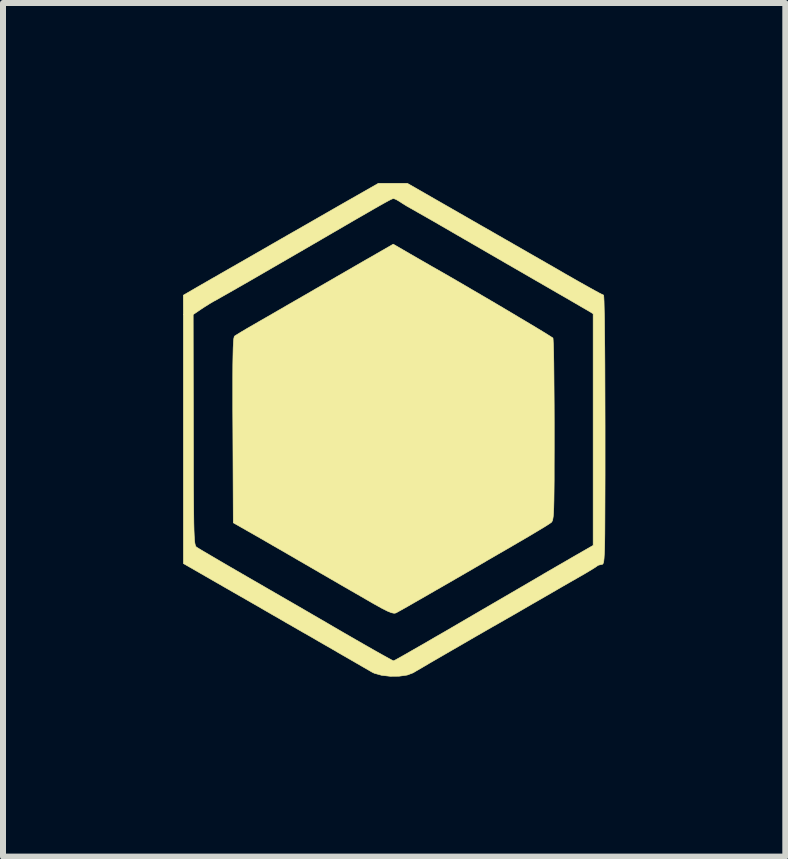
<source format=kicad_pcb>
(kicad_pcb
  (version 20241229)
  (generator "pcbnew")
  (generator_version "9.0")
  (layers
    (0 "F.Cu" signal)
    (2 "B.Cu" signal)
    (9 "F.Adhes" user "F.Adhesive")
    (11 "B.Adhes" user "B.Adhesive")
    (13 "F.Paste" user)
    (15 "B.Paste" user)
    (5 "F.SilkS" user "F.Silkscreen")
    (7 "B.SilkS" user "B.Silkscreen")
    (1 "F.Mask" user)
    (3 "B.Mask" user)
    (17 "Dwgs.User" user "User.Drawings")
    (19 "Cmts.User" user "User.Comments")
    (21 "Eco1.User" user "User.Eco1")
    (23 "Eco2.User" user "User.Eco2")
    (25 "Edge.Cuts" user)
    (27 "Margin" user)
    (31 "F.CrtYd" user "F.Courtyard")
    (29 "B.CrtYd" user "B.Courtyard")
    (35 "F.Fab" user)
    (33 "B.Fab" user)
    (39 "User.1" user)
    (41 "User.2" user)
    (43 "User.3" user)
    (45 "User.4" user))
  (footprint "logo"
    (layer "F.Cu")
    (at 3.505 4.097)
    (property "Reference" "logo" (at 0 0 0) (layer "F.SilkS") (effects (font (size 1.524 1.524) (thickness 0.3))))
    (attr through_hole)
    (fp_poly (pts (xy 0.274 -2.918) (xy 0.397 -2.847) (xy 0.512 -2.781) (xy 0.604 -2.728) (xy 0.649 -2.702) (xy 0.781 -2.627) (xy 0.938 -2.537) (xy 1.116 -2.434) (xy 1.307 -2.322) (xy 1.506 -2.206) (xy 1.707 -2.088) (xy 1.903 -1.972) (xy 2.089 -1.861) (xy 2.259 -1.76) (xy 2.407 -1.671) (xy 2.526 -1.599) (xy 2.61 -1.546) (xy 2.655 -1.517) (xy 2.66 -1.513) (xy 2.663 -1.48) (xy 2.667 -1.395) (xy 2.671 -1.265) (xy 2.674 -1.094) (xy 2.676 -0.888) (xy 2.678 -0.652) (xy 2.68 -0.392) (xy 2.681 -0.113) (xy 2.681 0.017) (xy 2.681 0.347) (xy 2.68 0.625) (xy 2.68 0.856) (xy 2.678 1.045) (xy 2.676 1.195) (xy 2.673 1.311) (xy 2.669 1.399) (xy 2.664 1.462) (xy 2.657 1.506) (xy 2.649 1.534) (xy 2.639 1.551) (xy 2.632 1.559) (xy 2.593 1.586) (xy 2.514 1.636) (xy 2.401 1.704) (xy 2.264 1.786) (xy 2.11 1.876) (xy 2.06 1.905) (xy 1.892 2.003) (xy 1.727 2.098) (xy 1.577 2.185) (xy 1.453 2.258) (xy 1.365 2.309) (xy 1.355 2.315) (xy 1.203 2.403) (xy 1.037 2.499) (xy 0.862 2.6) (xy 0.686 2.701) (xy 0.518 2.798) (xy 0.364 2.886) (xy 0.232 2.962) (xy 0.129 3.02) (xy 0.062 3.057) (xy 0.042 3.068) (xy 0.013 3.073) (xy -0.031 3.064) (xy -0.096 3.038) (xy -0.191 2.99) (xy -0.321 2.918) (xy -0.437 2.851) (xy -0.61 2.751) (xy -0.812 2.635) (xy -1.024 2.512) (xy -1.228 2.394) (xy -1.341 2.328) (xy -1.561 2.201) (xy -1.74 2.097) (xy -1.887 2.012) (xy -2.009 1.942) (xy -2.114 1.881) (xy -2.211 1.825) (xy -2.307 1.77) (xy -2.411 1.711) (xy -2.413 1.71) (xy -2.667 1.565) (xy -2.674 0.024) (xy -2.676 -0.325) (xy -2.676 -0.621) (xy -2.676 -0.869) (xy -2.675 -1.071) (xy -2.672 -1.232) (xy -2.669 -1.355) (xy -2.664 -1.445) (xy -2.659 -1.504) (xy -2.651 -1.537) (xy -2.646 -1.546) (xy -2.61 -1.569) (xy -2.535 -1.615) (xy -2.429 -1.678) (xy -2.302 -1.751) (xy -2.23 -1.793) (xy -2.104 -1.865) (xy -1.99 -1.931) (xy -1.879 -1.995) (xy -1.762 -2.063) (xy -1.63 -2.139) (xy -1.475 -2.228) (xy -1.289 -2.336) (xy -1.065 -2.465) (xy -0.945 -2.535) (xy -0.792 -2.623) (xy -0.624 -2.72) (xy -0.458 -2.816) (xy -0.403 -2.847) (xy -0.002 -3.078) (xy 0.274 -2.918)) (stroke (width 0.01) (type solid)) (fill yes) (layer "F.SilkS"))
    (fp_poly (pts (xy 1.224 -3.524) (xy 1.443 -3.398) (xy 1.65 -3.28) (xy 1.838 -3.172) (xy 2.002 -3.078) (xy 2.136 -3.001) (xy 2.234 -2.945) (xy 2.291 -2.912) (xy 2.3 -2.907) (xy 2.349 -2.879) (xy 2.438 -2.828) (xy 2.56 -2.758) (xy 2.705 -2.675) (xy 2.865 -2.582) (xy 2.932 -2.544) (xy 3.091 -2.453) (xy 3.234 -2.373) (xy 3.354 -2.306) (xy 3.443 -2.258) (xy 3.494 -2.233) (xy 3.503 -2.23) (xy 3.507 -2.202) (xy 3.511 -2.122) (xy 3.514 -1.993) (xy 3.518 -1.819) (xy 3.52 -1.605) (xy 3.523 -1.353) (xy 3.525 -1.068) (xy 3.526 -0.754) (xy 3.527 -0.414) (xy 3.528 -0.053) (xy 3.528 0.014) (xy 3.528 0.423) (xy 3.528 0.779) (xy 3.527 1.086) (xy 3.526 1.347) (xy 3.525 1.566) (xy 3.524 1.747) (xy 3.522 1.894) (xy 3.519 2.009) (xy 3.515 2.098) (xy 3.511 2.162) (xy 3.506 2.207) (xy 3.499 2.235) (xy 3.492 2.25) (xy 3.484 2.257) (xy 3.477 2.258) (xy 3.419 2.271) (xy 3.399 2.283) (xy 3.365 2.307) (xy 3.293 2.352) (xy 3.194 2.411) (xy 3.104 2.463) (xy 2.978 2.535) (xy 2.821 2.625) (xy 2.652 2.723) (xy 2.488 2.818) (xy 2.455 2.837) (xy 2.305 2.923) (xy 2.155 3.01) (xy 2.019 3.089) (xy 1.912 3.15) (xy 1.886 3.165) (xy 1.741 3.248) (xy 1.633 3.309) (xy 1.55 3.357) (xy 1.479 3.398) (xy 1.407 3.439) (xy 1.341 3.477) (xy 1.138 3.595) (xy 0.942 3.708) (xy 0.761 3.813) (xy 0.602 3.905) (xy 0.472 3.982) (xy 0.377 4.037) (xy 0.328 4.066) (xy 0.229 4.103) (xy 0.095 4.122) (xy -0.054 4.123) (xy -0.198 4.106) (xy -0.318 4.072) (xy -0.353 4.055) (xy -0.413 4.02) (xy -0.512 3.963) (xy -0.64 3.889) (xy -0.787 3.804) (xy -0.944 3.714) (xy -0.945 3.712) (xy -1.1 3.623) (xy -1.245 3.54) (xy -1.368 3.468) (xy -1.463 3.414) (xy -1.518 3.383) (xy -1.519 3.382) (xy -1.577 3.349) (xy -1.672 3.294) (xy -1.793 3.225) (xy -1.928 3.146) (xy -1.985 3.114) (xy -2.127 3.032) (xy -2.263 2.953) (xy -2.38 2.886) (xy -2.465 2.837) (xy -2.485 2.825) (xy -2.553 2.787) (xy -2.658 2.727) (xy -2.79 2.651) (xy -2.938 2.566) (xy -3.056 2.498) (xy -3.498 2.244) (xy -3.499 -1.905) (xy -3.336 -1.905) (xy -3.333 0.014) (xy -3.332 0.391) (xy -3.332 0.715) (xy -3.331 0.991) (xy -3.329 1.223) (xy -3.327 1.414) (xy -3.325 1.569) (xy -3.322 1.691) (xy -3.318 1.785) (xy -3.314 1.854) (xy -3.308 1.903) (xy -3.301 1.936) (xy -3.293 1.956) (xy -3.284 1.968) (xy -3.281 1.97) (xy -3.246 1.992) (xy -3.168 2.039) (xy -3.052 2.107) (xy -2.904 2.194) (xy -2.731 2.295) (xy -2.536 2.408) (xy -2.327 2.529) (xy -2.3 2.544) (xy -2.083 2.67) (xy -1.873 2.791) (xy -1.679 2.903) (xy -1.506 3.003) (xy -1.362 3.087) (xy -1.253 3.15) (xy -1.186 3.189) (xy -1.185 3.189) (xy -1.001 3.297) (xy -0.815 3.405) (xy -0.633 3.51) (xy -0.462 3.608) (xy -0.308 3.696) (xy -0.178 3.769) (xy -0.078 3.824) (xy -0.016 3.858) (xy 0.003 3.866) (xy 0.03 3.853) (xy 0.101 3.814) (xy 0.209 3.753) (xy 0.348 3.673) (xy 0.513 3.579) (xy 0.698 3.471) (xy 0.85 3.384) (xy 1.196 3.182) (xy 1.496 3.007) (xy 1.754 2.857) (xy 1.972 2.73) (xy 2.154 2.624) (xy 2.303 2.537) (xy 2.421 2.468) (xy 2.512 2.414) (xy 2.597 2.365) (xy 2.716 2.296) (xy 2.853 2.217) (xy 2.992 2.136) (xy 2.999 2.132) (xy 3.33 1.942) (xy 3.33 -1.918) (xy 3.267 -1.957) (xy 3.226 -1.981) (xy 3.143 -2.029) (xy 3.026 -2.097) (xy 2.882 -2.181) (xy 2.718 -2.275) (xy 2.568 -2.362) (xy 2.363 -2.48) (xy 2.125 -2.618) (xy 1.868 -2.766) (xy 1.609 -2.916) (xy 1.362 -3.059) (xy 1.199 -3.153) (xy 1.007 -3.264) (xy 0.824 -3.37) (xy 0.658 -3.466) (xy 0.516 -3.547) (xy 0.405 -3.61) (xy 0.335 -3.65) (xy 0.325 -3.656) (xy 0.23 -3.709) (xy 0.145 -3.762) (xy 0.109 -3.786) (xy 0.048 -3.822) (xy 0.006 -3.838) (xy 0.005 -3.838) (xy -0.004 -3.837) (xy -0.02 -3.832) (xy -0.045 -3.821) (xy -0.083 -3.801) (xy -0.138 -3.771) (xy -0.215 -3.728) (xy -0.317 -3.67) (xy -0.448 -3.594) (xy -0.612 -3.5) (xy -0.813 -3.383) (xy -1.054 -3.243) (xy -1.341 -3.076) (xy -1.558 -2.95) (xy -1.781 -2.821) (xy -2.001 -2.694) (xy -2.213 -2.571) (xy -2.412 -2.456) (xy -2.592 -2.353) (xy -2.746 -2.265) (xy -2.868 -2.196) (xy -2.952 -2.148) (xy -2.992 -2.127) (xy -3.055 -2.09) (xy -3.141 -2.036) (xy -3.199 -1.998) (xy -3.336 -1.905) (xy -3.499 -1.905) (xy -3.5 -2.227) (xy -3.309 -2.338) (xy -3.202 -2.4) (xy -3.099 -2.459) (xy -3.023 -2.503) (xy -3.02 -2.505) (xy -2.969 -2.533) (xy -2.878 -2.586) (xy -2.752 -2.658) (xy -2.6 -2.745) (xy -2.429 -2.843) (xy -2.246 -2.948) (xy -2.244 -2.949) (xy -2.017 -3.08) (xy -1.761 -3.227) (xy -1.493 -3.38) (xy -1.232 -3.53) (xy -0.995 -3.666) (xy -0.908 -3.716) (xy -0.249 -4.092) (xy 0.233 -4.092) (xy 1.224 -3.524)) (stroke (width 0.01) (type solid)) (fill yes) (layer "F.SilkS")))
  (gr_rect
    (start -3 -3)
    (end 10.037 11.225)
    (stroke (width 0.1) (type default))
    (fill no)
    (layer "Edge.Cuts")))
</source>
